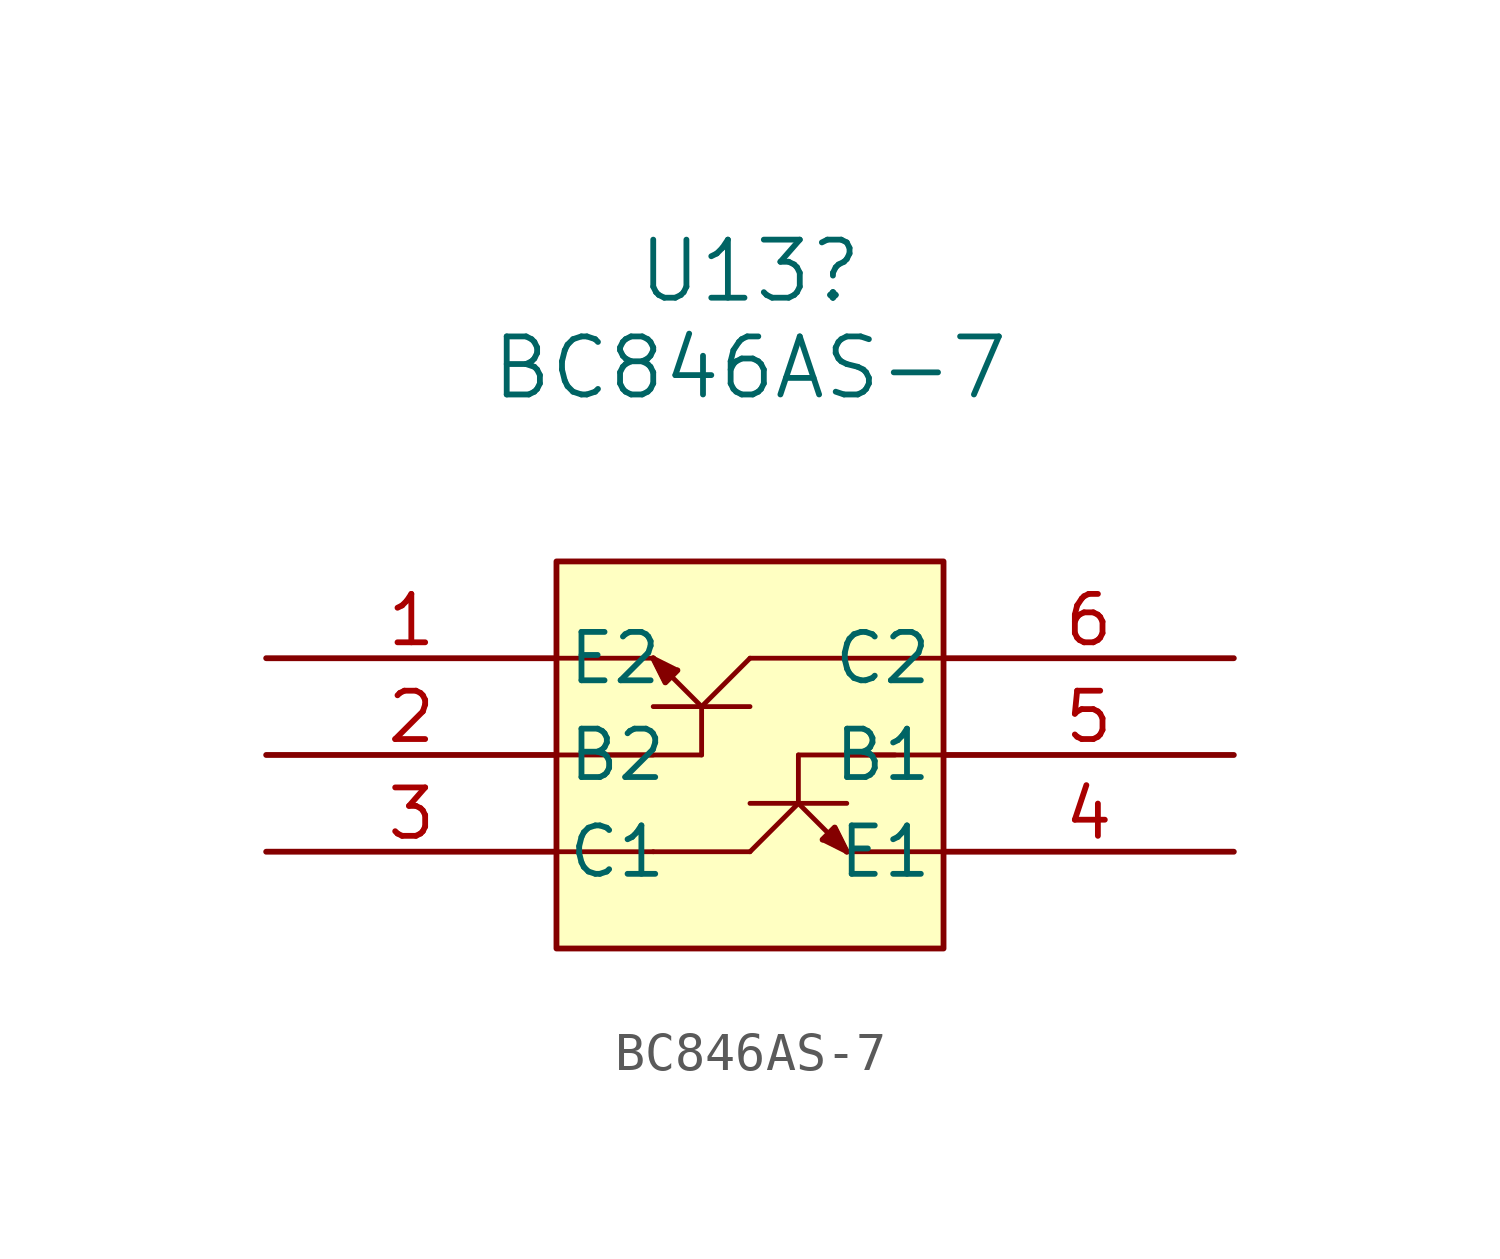
<source format=kicad_sym>
(kicad_symbol_lib
  (version 20220914)
  (generator kicad_symbol_editor)
  (symbol "BC846AS-7"
    (pin_names
      (offset 0.254))
    (property "Reference" "U13"
      (at 20.32 10.16 0)
      (effects (font (size 1.524 1.524))))
    (property "Value" "BC846AS-7"
      (at 20.32 7.62 0)
      (effects (font (size 1.524 1.524))))
    (property "ki_locked" ""
      (at 0 0 0)
      (effects (font (size 1.27 1.27))))
    (symbol "BC846AS-7_0_1"
      (polyline (pts (xy 15.24 -5.08) (xy 17.78 -5.08)) (stroke (width 0.127) (type default)) (fill (type none)))
      (polyline (pts (xy 15.24 -2.54) (xy 17.78 -2.54)) (stroke (width 0.127) (type default)) (fill (type none)))
      (polyline (pts (xy 15.24 0) (xy 17.78 0)) (stroke (width 0.127) (type default)) (fill (type none)))
      (polyline (pts (xy 16.51 -2.54) (xy 19.05 -2.54)) (stroke (width 0.127) (type default)) (fill (type none)))
      (polyline (pts (xy 17.78 -5.08) (xy 20.32 -5.08)) (stroke (width 0.127) (type default)) (fill (type none)))
      (polyline (pts (xy 17.78 -1.27) (xy 20.32 -1.27)) (stroke (width 0.127) (type default)) (fill (type none)))
      (polyline (pts (xy 17.78 0) (xy 18.098 -0.635)) (stroke (width 0.127) (type default)) (fill (type none)))
      (polyline (pts (xy 18.098 -0.635) (xy 18.415 -0.318)) (stroke (width 0.127) (type default)) (fill (type none)))
      (polyline (pts (xy 18.415 -0.318) (xy 17.78 0)) (stroke (width 0.127) (type default)) (fill (type none)))
      (polyline (pts (xy 19.05 -1.27) (xy 17.78 0)) (stroke (width 0.127) (type default)) (fill (type none)))
      (polyline (pts (xy 19.05 -1.27) (xy 19.05 -2.54)) (stroke (width 0.127) (type default)) (fill (type none)))
      (polyline (pts (xy 20.32 -5.08) (xy 21.59 -3.81)) (stroke (width 0.127) (type default)) (fill (type none)))
      (polyline (pts (xy 20.32 -3.81) (xy 22.86 -3.81)) (stroke (width 0.127) (type default)) (fill (type none)))
      (polyline (pts (xy 20.32 0) (xy 19.05 -1.27)) (stroke (width 0.127) (type default)) (fill (type none)))
      (polyline (pts (xy 20.32 0) (xy 22.86 0)) (stroke (width 0.127) (type default)) (fill (type none)))
      (polyline (pts (xy 21.59 -3.81) (xy 21.59 -2.54)) (stroke (width 0.127) (type default)) (fill (type none)))
      (polyline (pts (xy 21.59 -3.81) (xy 22.86 -5.08)) (stroke (width 0.127) (type default)) (fill (type none)))
      (polyline (pts (xy 21.59 -2.54) (xy 24.13 -2.54)) (stroke (width 0.127) (type default)) (fill (type none)))
      (polyline (pts (xy 22.225 -4.763) (xy 22.86 -5.08)) (stroke (width 0.127) (type default)) (fill (type none)))
      (polyline (pts (xy 22.543 -4.445) (xy 22.225 -4.763)) (stroke (width 0.127) (type default)) (fill (type none)))
      (polyline (pts (xy 22.86 -5.08) (xy 22.543 -4.445)) (stroke (width 0.127) (type default)) (fill (type none)))
      (polyline (pts (xy 22.86 -5.08) (xy 25.4 -5.08)) (stroke (width 0.127) (type default)) (fill (type none)))
      (polyline (pts (xy 22.86 -2.54) (xy 25.4 -2.54)) (stroke (width 0.127) (type default)) (fill (type none)))
      (polyline (pts (xy 22.86 0) (xy 25.4 0)) (stroke (width 0.127) (type default)) (fill (type none)))
      (polyline (pts (xy 17.78 0) (xy 18.098 -0.635) (xy 18.415 -0.318)) (stroke (width 0) (type default)) (fill (type outline)))
      (polyline (pts (xy 22.86 -5.08) (xy 22.543 -4.445) (xy 22.225 -4.763)) (stroke (width 0) (type default)) (fill (type outline)))
      (pin unspecified line (at 7.62 0 0) (length 7.62) (name "E2" (effects (font (size 1.27 1.27)))) (number "1" (effects (font (size 1.27 1.27)))))
      (pin bidirectional line (at 7.62 -2.54 0) (length 7.62) (name "B2" (effects (font (size 1.27 1.27)))) (number "2" (effects (font (size 1.27 1.27)))))
      (pin bidirectional line (at 7.62 -5.08 0) (length 7.62) (name "C1" (effects (font (size 1.27 1.27)))) (number "3" (effects (font (size 1.27 1.27)))))
      (pin bidirectional line (at 33.02 -5.08 180) (length 7.62) (name "E1" (effects (font (size 1.27 1.27)))) (number "4" (effects (font (size 1.27 1.27)))))
      (pin bidirectional line (at 33.02 -2.54 180) (length 7.62) (name "B1" (effects (font (size 1.27 1.27)))) (number "5" (effects (font (size 1.27 1.27)))))
      (pin bidirectional line (at 33.02 0 180) (length 7.62) (name "C2" (effects (font (size 1.27 1.27)))) (number "6" (effects (font (size 1.27 1.27))))))
    (symbol "BC846AS-7_1_1"
      (rectangle (start 15.24 2.54) (end 25.4 -7.62) (stroke (width 0) (type default)) (fill (type background))))))
</source>
